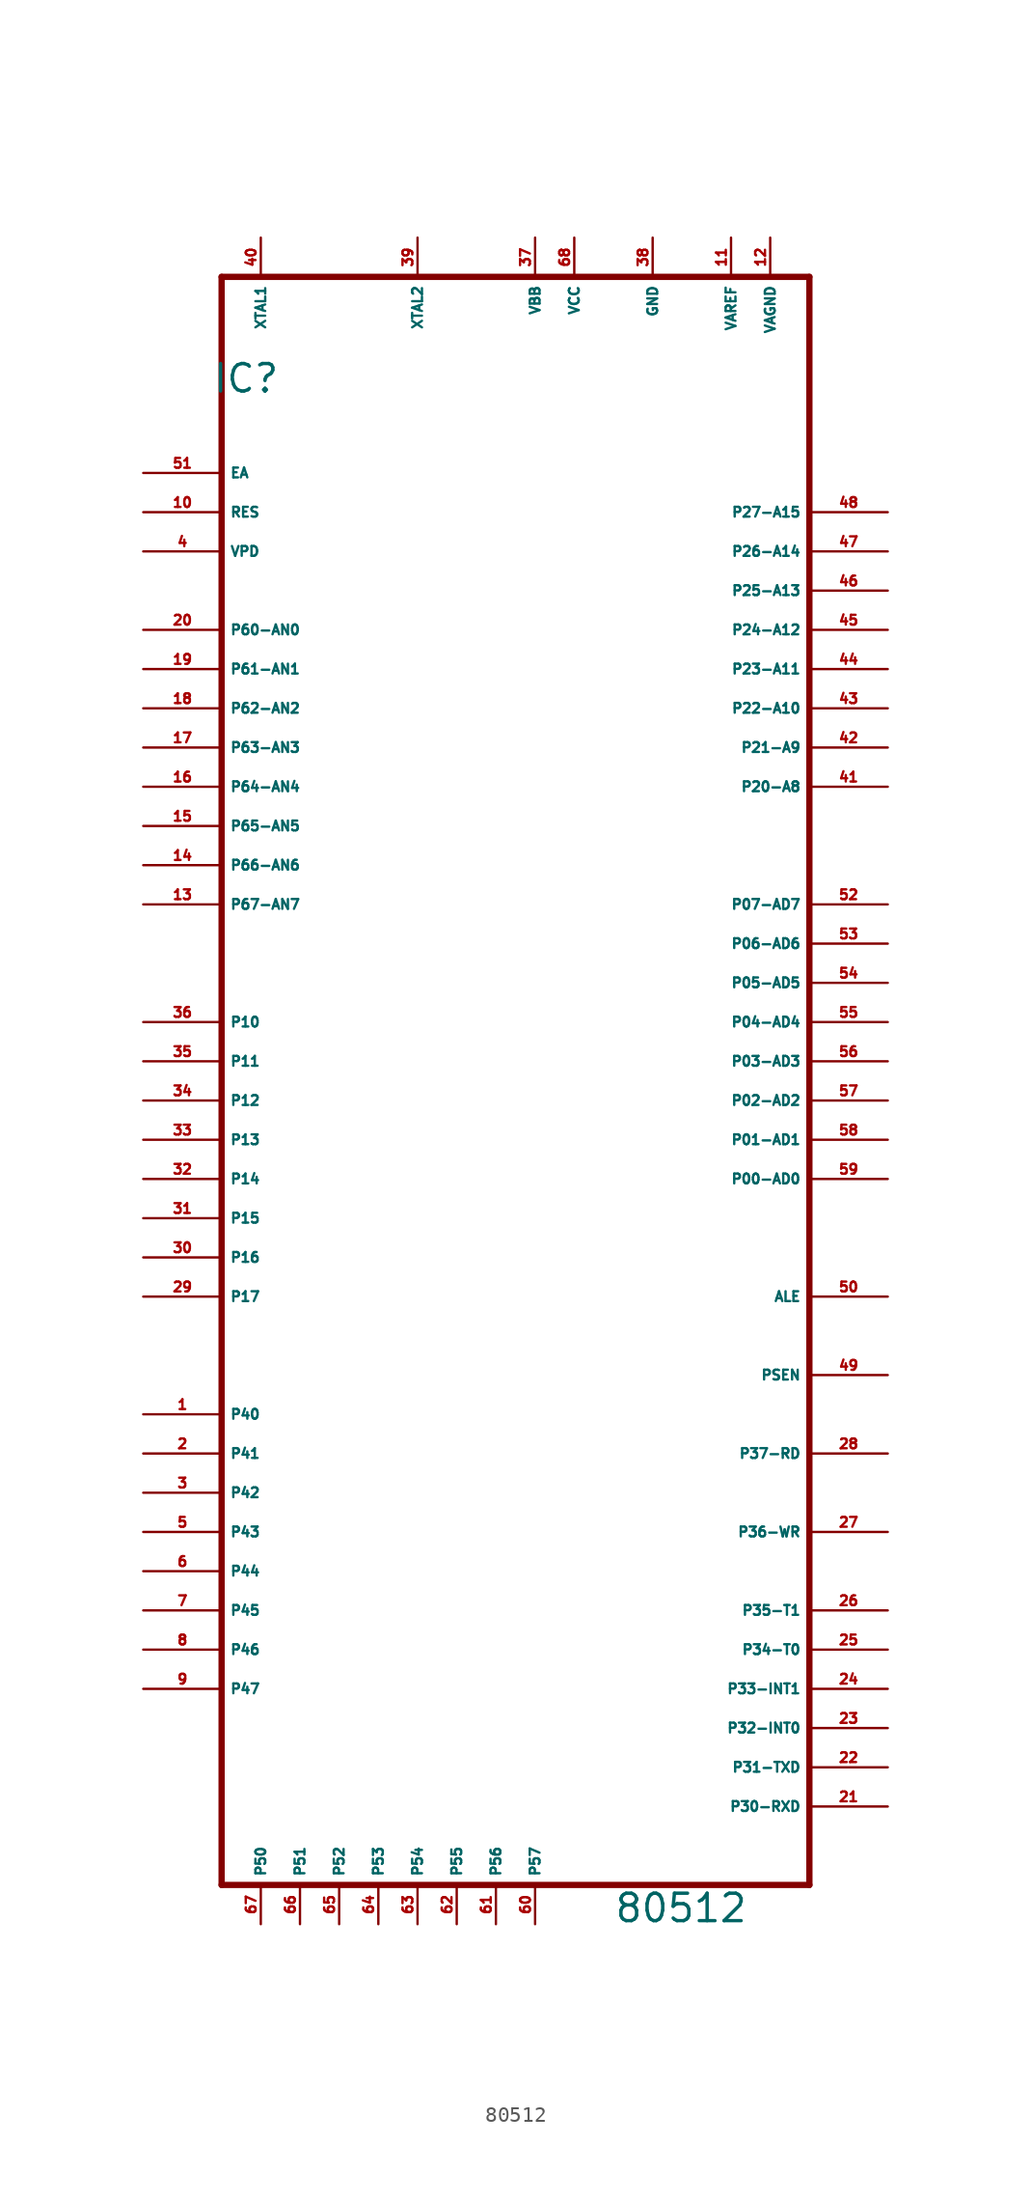
<source format=kicad_sym>
(kicad_symbol_lib
  (version 20220914)
  (generator Eagle2Kicad)
  (symbol "80512"
    (property "Reference" "IC"
      (at -18.415 38.1 0)
      (effects (font (size 1.778 1.778) (thickness 0.22)) (justify left bottom)))
    (property "Value" "80512"
      (at 7.62 -60.96 0)
      (effects (font (size 1.778 1.778) (thickness 0.22)) (justify left bottom)))
    (polyline
      (pts (xy 20.32 45.72) (xy 20.32 -58.42))
      (stroke (width 0.406) (type default))
      (fill (type none)))
    (polyline
      (pts (xy -17.78 -58.42) (xy 20.32 -58.42))
      (stroke (width 0.406) (type default))
      (fill (type none)))
    (polyline
      (pts (xy -17.78 -58.42) (xy -17.78 45.72))
      (stroke (width 0.406) (type default))
      (fill (type none)))
    (polyline
      (pts (xy 20.32 45.72) (xy -17.78 45.72))
      (stroke (width 0.406) (type default))
      (fill (type none)))
    (pin input line
      (at -5.08 48.26 270)
      (length 2.54)
      (name "XTAL2" (effects (font (size 0.635 0.635) (thickness 0.08)) (justify left bottom)))
      (number "39" (effects (font (size 0.635 0.635) (thickness 0.08)) (justify left bottom))))
    (pin input line
      (at -15.24 48.26 270)
      (length 2.54)
      (name "XTAL1" (effects (font (size 0.635 0.635) (thickness 0.08)) (justify left bottom)))
      (number "40" (effects (font (size 0.635 0.635) (thickness 0.08)) (justify left bottom))))
    (pin input line
      (at -22.86 33.02 0)
      (length 5.08)
      (name "EA" (effects (font (size 0.635 0.635) (thickness 0.08)) (justify left bottom)))
      (number "51" (effects (font (size 0.635 0.635) (thickness 0.08)) (justify left bottom))))
    (pin bidirectional line
      (at 25.4 30.48 180)
      (length 5.08)
      (name "P27-A15" (effects (font (size 0.635 0.635) (thickness 0.08)) (justify left bottom)))
      (number "48" (effects (font (size 0.635 0.635) (thickness 0.08)) (justify left bottom))))
    (pin bidirectional line
      (at 25.4 27.94 180)
      (length 5.08)
      (name "P26-A14" (effects (font (size 0.635 0.635) (thickness 0.08)) (justify left bottom)))
      (number "47" (effects (font (size 0.635 0.635) (thickness 0.08)) (justify left bottom))))
    (pin bidirectional line
      (at 25.4 25.4 180)
      (length 5.08)
      (name "P25-A13" (effects (font (size 0.635 0.635) (thickness 0.08)) (justify left bottom)))
      (number "46" (effects (font (size 0.635 0.635) (thickness 0.08)) (justify left bottom))))
    (pin bidirectional line
      (at 25.4 22.86 180)
      (length 5.08)
      (name "P24-A12" (effects (font (size 0.635 0.635) (thickness 0.08)) (justify left bottom)))
      (number "45" (effects (font (size 0.635 0.635) (thickness 0.08)) (justify left bottom))))
    (pin bidirectional line
      (at 25.4 20.32 180)
      (length 5.08)
      (name "P23-A11" (effects (font (size 0.635 0.635) (thickness 0.08)) (justify left bottom)))
      (number "44" (effects (font (size 0.635 0.635) (thickness 0.08)) (justify left bottom))))
    (pin bidirectional line
      (at 25.4 17.78 180)
      (length 5.08)
      (name "P22-A10" (effects (font (size 0.635 0.635) (thickness 0.08)) (justify left bottom)))
      (number "43" (effects (font (size 0.635 0.635) (thickness 0.08)) (justify left bottom))))
    (pin bidirectional line
      (at 25.4 15.24 180)
      (length 5.08)
      (name "P21-A9" (effects (font (size 0.635 0.635) (thickness 0.08)) (justify left bottom)))
      (number "42" (effects (font (size 0.635 0.635) (thickness 0.08)) (justify left bottom))))
    (pin bidirectional line
      (at 25.4 12.7 180)
      (length 5.08)
      (name "P20-A8" (effects (font (size 0.635 0.635) (thickness 0.08)) (justify left bottom)))
      (number "41" (effects (font (size 0.635 0.635) (thickness 0.08)) (justify left bottom))))
    (pin bidirectional line
      (at 25.4 5.08 180)
      (length 5.08)
      (name "P07-AD7" (effects (font (size 0.635 0.635) (thickness 0.08)) (justify left bottom)))
      (number "52" (effects (font (size 0.635 0.635) (thickness 0.08)) (justify left bottom))))
    (pin bidirectional line
      (at 25.4 2.54 180)
      (length 5.08)
      (name "P06-AD6" (effects (font (size 0.635 0.635) (thickness 0.08)) (justify left bottom)))
      (number "53" (effects (font (size 0.635 0.635) (thickness 0.08)) (justify left bottom))))
    (pin bidirectional line
      (at 25.4 0 180)
      (length 5.08)
      (name "P05-AD5" (effects (font (size 0.635 0.635) (thickness 0.08)) (justify left bottom)))
      (number "54" (effects (font (size 0.635 0.635) (thickness 0.08)) (justify left bottom))))
    (pin bidirectional line
      (at 25.4 -2.54 180)
      (length 5.08)
      (name "P04-AD4" (effects (font (size 0.635 0.635) (thickness 0.08)) (justify left bottom)))
      (number "55" (effects (font (size 0.635 0.635) (thickness 0.08)) (justify left bottom))))
    (pin bidirectional line
      (at 25.4 -5.08 180)
      (length 5.08)
      (name "P03-AD3" (effects (font (size 0.635 0.635) (thickness 0.08)) (justify left bottom)))
      (number "56" (effects (font (size 0.635 0.635) (thickness 0.08)) (justify left bottom))))
    (pin bidirectional line
      (at 25.4 -7.62 180)
      (length 5.08)
      (name "P02-AD2" (effects (font (size 0.635 0.635) (thickness 0.08)) (justify left bottom)))
      (number "57" (effects (font (size 0.635 0.635) (thickness 0.08)) (justify left bottom))))
    (pin bidirectional line
      (at 25.4 -10.16 180)
      (length 5.08)
      (name "P01-AD1" (effects (font (size 0.635 0.635) (thickness 0.08)) (justify left bottom)))
      (number "58" (effects (font (size 0.635 0.635) (thickness 0.08)) (justify left bottom))))
    (pin bidirectional line
      (at 25.4 -12.7 180)
      (length 5.08)
      (name "P00-AD0" (effects (font (size 0.635 0.635) (thickness 0.08)) (justify left bottom)))
      (number "59" (effects (font (size 0.635 0.635) (thickness 0.08)) (justify left bottom))))
    (pin output line
      (at 25.4 -20.32 180)
      (length 5.08)
      (name "ALE" (effects (font (size 0.635 0.635) (thickness 0.08)) (justify left bottom)))
      (number "50" (effects (font (size 0.635 0.635) (thickness 0.08)) (justify left bottom))))
    (pin output line
      (at 25.4 -25.4 180)
      (length 5.08)
      (name "PSEN" (effects (font (size 0.635 0.635) (thickness 0.08)) (justify left bottom)))
      (number "49" (effects (font (size 0.635 0.635) (thickness 0.08)) (justify left bottom))))
    (pin bidirectional line
      (at 25.4 -30.48 180)
      (length 5.08)
      (name "P37-RD" (effects (font (size 0.635 0.635) (thickness 0.08)) (justify left bottom)))
      (number "28" (effects (font (size 0.635 0.635) (thickness 0.08)) (justify left bottom))))
    (pin bidirectional line
      (at 25.4 -35.56 180)
      (length 5.08)
      (name "P36-WR" (effects (font (size 0.635 0.635) (thickness 0.08)) (justify left bottom)))
      (number "27" (effects (font (size 0.635 0.635) (thickness 0.08)) (justify left bottom))))
    (pin unspecified line
      (at 5.08 48.26 270)
      (length 2.54)
      (name "VCC" (effects (font (size 0.635 0.635) (thickness 0.08)) (justify left bottom)))
      (number "68" (effects (font (size 0.635 0.635) (thickness 0.08)) (justify left bottom))))
    (pin unspecified line
      (at 10.16 48.26 270)
      (length 2.54)
      (name "GND" (effects (font (size 0.635 0.635) (thickness 0.08)) (justify left bottom)))
      (number "38" (effects (font (size 0.635 0.635) (thickness 0.08)) (justify left bottom))))
    (pin bidirectional line
      (at -22.86 -5.08 0)
      (length 5.08)
      (name "P11" (effects (font (size 0.635 0.635) (thickness 0.08)) (justify left bottom)))
      (number "35" (effects (font (size 0.635 0.635) (thickness 0.08)) (justify left bottom))))
    (pin input line
      (at -22.86 30.48 0)
      (length 5.08)
      (name "RES" (effects (font (size 0.635 0.635) (thickness 0.08)) (justify left bottom)))
      (number "10" (effects (font (size 0.635 0.635) (thickness 0.08)) (justify left bottom))))
    (pin bidirectional line
      (at -22.86 -10.16 0)
      (length 5.08)
      (name "P13" (effects (font (size 0.635 0.635) (thickness 0.08)) (justify left bottom)))
      (number "33" (effects (font (size 0.635 0.635) (thickness 0.08)) (justify left bottom))))
    (pin bidirectional line
      (at -22.86 -12.7 0)
      (length 5.08)
      (name "P14" (effects (font (size 0.635 0.635) (thickness 0.08)) (justify left bottom)))
      (number "32" (effects (font (size 0.635 0.635) (thickness 0.08)) (justify left bottom))))
    (pin bidirectional line
      (at -22.86 -15.24 0)
      (length 5.08)
      (name "P15" (effects (font (size 0.635 0.635) (thickness 0.08)) (justify left bottom)))
      (number "31" (effects (font (size 0.635 0.635) (thickness 0.08)) (justify left bottom))))
    (pin bidirectional line
      (at -22.86 -17.78 0)
      (length 5.08)
      (name "P16" (effects (font (size 0.635 0.635) (thickness 0.08)) (justify left bottom)))
      (number "30" (effects (font (size 0.635 0.635) (thickness 0.08)) (justify left bottom))))
    (pin bidirectional line
      (at -22.86 -20.32 0)
      (length 5.08)
      (name "P17" (effects (font (size 0.635 0.635) (thickness 0.08)) (justify left bottom)))
      (number "29" (effects (font (size 0.635 0.635) (thickness 0.08)) (justify left bottom))))
    (pin bidirectional line
      (at 25.4 -53.34 180)
      (length 5.08)
      (name "P30-RXD" (effects (font (size 0.635 0.635) (thickness 0.08)) (justify left bottom)))
      (number "21" (effects (font (size 0.635 0.635) (thickness 0.08)) (justify left bottom))))
    (pin bidirectional line
      (at 25.4 -50.8 180)
      (length 5.08)
      (name "P31-TXD" (effects (font (size 0.635 0.635) (thickness 0.08)) (justify left bottom)))
      (number "22" (effects (font (size 0.635 0.635) (thickness 0.08)) (justify left bottom))))
    (pin bidirectional line
      (at 25.4 -48.26 180)
      (length 5.08)
      (name "P32-INT0" (effects (font (size 0.635 0.635) (thickness 0.08)) (justify left bottom)))
      (number "23" (effects (font (size 0.635 0.635) (thickness 0.08)) (justify left bottom))))
    (pin bidirectional line
      (at 25.4 -45.72 180)
      (length 5.08)
      (name "P33-INT1" (effects (font (size 0.635 0.635) (thickness 0.08)) (justify left bottom)))
      (number "24" (effects (font (size 0.635 0.635) (thickness 0.08)) (justify left bottom))))
    (pin bidirectional line
      (at 25.4 -43.18 180)
      (length 5.08)
      (name "P34-T0" (effects (font (size 0.635 0.635) (thickness 0.08)) (justify left bottom)))
      (number "25" (effects (font (size 0.635 0.635) (thickness 0.08)) (justify left bottom))))
    (pin bidirectional line
      (at 25.4 -40.64 180)
      (length 5.08)
      (name "P35-T1" (effects (font (size 0.635 0.635) (thickness 0.08)) (justify left bottom)))
      (number "26" (effects (font (size 0.635 0.635) (thickness 0.08)) (justify left bottom))))
    (pin bidirectional line
      (at -22.86 -7.62 0)
      (length 5.08)
      (name "P12" (effects (font (size 0.635 0.635) (thickness 0.08)) (justify left bottom)))
      (number "34" (effects (font (size 0.635 0.635) (thickness 0.08)) (justify left bottom))))
    (pin bidirectional line
      (at -22.86 -2.54 0)
      (length 5.08)
      (name "P10" (effects (font (size 0.635 0.635) (thickness 0.08)) (justify left bottom)))
      (number "36" (effects (font (size 0.635 0.635) (thickness 0.08)) (justify left bottom))))
    (pin bidirectional line
      (at 0 -60.96 90)
      (length 2.54)
      (name "P56" (effects (font (size 0.635 0.635) (thickness 0.08)) (justify left bottom)))
      (number "61" (effects (font (size 0.635 0.635) (thickness 0.08)) (justify left bottom))))
    (pin bidirectional line
      (at -2.54 -60.96 90)
      (length 2.54)
      (name "P55" (effects (font (size 0.635 0.635) (thickness 0.08)) (justify left bottom)))
      (number "62" (effects (font (size 0.635 0.635) (thickness 0.08)) (justify left bottom))))
    (pin bidirectional line
      (at -5.08 -60.96 90)
      (length 2.54)
      (name "P54" (effects (font (size 0.635 0.635) (thickness 0.08)) (justify left bottom)))
      (number "63" (effects (font (size 0.635 0.635) (thickness 0.08)) (justify left bottom))))
    (pin bidirectional line
      (at -7.62 -60.96 90)
      (length 2.54)
      (name "P53" (effects (font (size 0.635 0.635) (thickness 0.08)) (justify left bottom)))
      (number "64" (effects (font (size 0.635 0.635) (thickness 0.08)) (justify left bottom))))
    (pin bidirectional line
      (at -10.16 -60.96 90)
      (length 2.54)
      (name "P52" (effects (font (size 0.635 0.635) (thickness 0.08)) (justify left bottom)))
      (number "65" (effects (font (size 0.635 0.635) (thickness 0.08)) (justify left bottom))))
    (pin bidirectional line
      (at -12.7 -60.96 90)
      (length 2.54)
      (name "P51" (effects (font (size 0.635 0.635) (thickness 0.08)) (justify left bottom)))
      (number "66" (effects (font (size 0.635 0.635) (thickness 0.08)) (justify left bottom))))
    (pin bidirectional line
      (at -15.24 -60.96 90)
      (length 2.54)
      (name "P50" (effects (font (size 0.635 0.635) (thickness 0.08)) (justify left bottom)))
      (number "67" (effects (font (size 0.635 0.635) (thickness 0.08)) (justify left bottom))))
    (pin input line
      (at -22.86 22.86 0)
      (length 5.08)
      (name "P60-AN0" (effects (font (size 0.635 0.635) (thickness 0.08)) (justify left bottom)))
      (number "20" (effects (font (size 0.635 0.635) (thickness 0.08)) (justify left bottom))))
    (pin input line
      (at -22.86 20.32 0)
      (length 5.08)
      (name "P61-AN1" (effects (font (size 0.635 0.635) (thickness 0.08)) (justify left bottom)))
      (number "19" (effects (font (size 0.635 0.635) (thickness 0.08)) (justify left bottom))))
    (pin input line
      (at -22.86 17.78 0)
      (length 5.08)
      (name "P62-AN2" (effects (font (size 0.635 0.635) (thickness 0.08)) (justify left bottom)))
      (number "18" (effects (font (size 0.635 0.635) (thickness 0.08)) (justify left bottom))))
    (pin input line
      (at -22.86 15.24 0)
      (length 5.08)
      (name "P63-AN3" (effects (font (size 0.635 0.635) (thickness 0.08)) (justify left bottom)))
      (number "17" (effects (font (size 0.635 0.635) (thickness 0.08)) (justify left bottom))))
    (pin input line
      (at -22.86 12.7 0)
      (length 5.08)
      (name "P64-AN4" (effects (font (size 0.635 0.635) (thickness 0.08)) (justify left bottom)))
      (number "16" (effects (font (size 0.635 0.635) (thickness 0.08)) (justify left bottom))))
    (pin input line
      (at -22.86 10.16 0)
      (length 5.08)
      (name "P65-AN5" (effects (font (size 0.635 0.635) (thickness 0.08)) (justify left bottom)))
      (number "15" (effects (font (size 0.635 0.635) (thickness 0.08)) (justify left bottom))))
    (pin input line
      (at -22.86 7.62 0)
      (length 5.08)
      (name "P66-AN6" (effects (font (size 0.635 0.635) (thickness 0.08)) (justify left bottom)))
      (number "14" (effects (font (size 0.635 0.635) (thickness 0.08)) (justify left bottom))))
    (pin input line
      (at -22.86 5.08 0)
      (length 5.08)
      (name "P67-AN7" (effects (font (size 0.635 0.635) (thickness 0.08)) (justify left bottom)))
      (number "13" (effects (font (size 0.635 0.635) (thickness 0.08)) (justify left bottom))))
    (pin bidirectional line
      (at -22.86 -27.94 0)
      (length 5.08)
      (name "P40" (effects (font (size 0.635 0.635) (thickness 0.08)) (justify left bottom)))
      (number "1" (effects (font (size 0.635 0.635) (thickness 0.08)) (justify left bottom))))
    (pin bidirectional line
      (at -22.86 -30.48 0)
      (length 5.08)
      (name "P41" (effects (font (size 0.635 0.635) (thickness 0.08)) (justify left bottom)))
      (number "2" (effects (font (size 0.635 0.635) (thickness 0.08)) (justify left bottom))))
    (pin bidirectional line
      (at -22.86 -33.02 0)
      (length 5.08)
      (name "P42" (effects (font (size 0.635 0.635) (thickness 0.08)) (justify left bottom)))
      (number "3" (effects (font (size 0.635 0.635) (thickness 0.08)) (justify left bottom))))
    (pin bidirectional line
      (at -22.86 -35.56 0)
      (length 5.08)
      (name "P43" (effects (font (size 0.635 0.635) (thickness 0.08)) (justify left bottom)))
      (number "5" (effects (font (size 0.635 0.635) (thickness 0.08)) (justify left bottom))))
    (pin bidirectional line
      (at -22.86 -38.1 0)
      (length 5.08)
      (name "P44" (effects (font (size 0.635 0.635) (thickness 0.08)) (justify left bottom)))
      (number "6" (effects (font (size 0.635 0.635) (thickness 0.08)) (justify left bottom))))
    (pin bidirectional line
      (at -22.86 -40.64 0)
      (length 5.08)
      (name "P45" (effects (font (size 0.635 0.635) (thickness 0.08)) (justify left bottom)))
      (number "7" (effects (font (size 0.635 0.635) (thickness 0.08)) (justify left bottom))))
    (pin bidirectional line
      (at -22.86 -43.18 0)
      (length 5.08)
      (name "P46" (effects (font (size 0.635 0.635) (thickness 0.08)) (justify left bottom)))
      (number "8" (effects (font (size 0.635 0.635) (thickness 0.08)) (justify left bottom))))
    (pin bidirectional line
      (at -22.86 -45.72 0)
      (length 5.08)
      (name "P47" (effects (font (size 0.635 0.635) (thickness 0.08)) (justify left bottom)))
      (number "9" (effects (font (size 0.635 0.635) (thickness 0.08)) (justify left bottom))))
    (pin bidirectional line
      (at 2.54 -60.96 90)
      (length 2.54)
      (name "P57" (effects (font (size 0.635 0.635) (thickness 0.08)) (justify left bottom)))
      (number "60" (effects (font (size 0.635 0.635) (thickness 0.08)) (justify left bottom))))
    (pin unspecified line
      (at -22.86 27.94 0)
      (length 5.08)
      (name "VPD" (effects (font (size 0.635 0.635) (thickness 0.08)) (justify left bottom)))
      (number "4" (effects (font (size 0.635 0.635) (thickness 0.08)) (justify left bottom))))
    (pin unspecified line
      (at 17.78 48.26 270)
      (length 2.54)
      (name "VAGND" (effects (font (size 0.635 0.635) (thickness 0.08)) (justify left bottom)))
      (number "12" (effects (font (size 0.635 0.635) (thickness 0.08)) (justify left bottom))))
    (pin unspecified line
      (at 15.24 48.26 270)
      (length 2.54)
      (name "VAREF" (effects (font (size 0.635 0.635) (thickness 0.08)) (justify left bottom)))
      (number "11" (effects (font (size 0.635 0.635) (thickness 0.08)) (justify left bottom))))
    (pin unspecified line
      (at 2.54 48.26 270)
      (length 2.54)
      (name "VBB" (effects (font (size 0.635 0.635) (thickness 0.08)) (justify left bottom)))
      (number "37" (effects (font (size 0.635 0.635) (thickness 0.08)) (justify left bottom))))))
</source>
